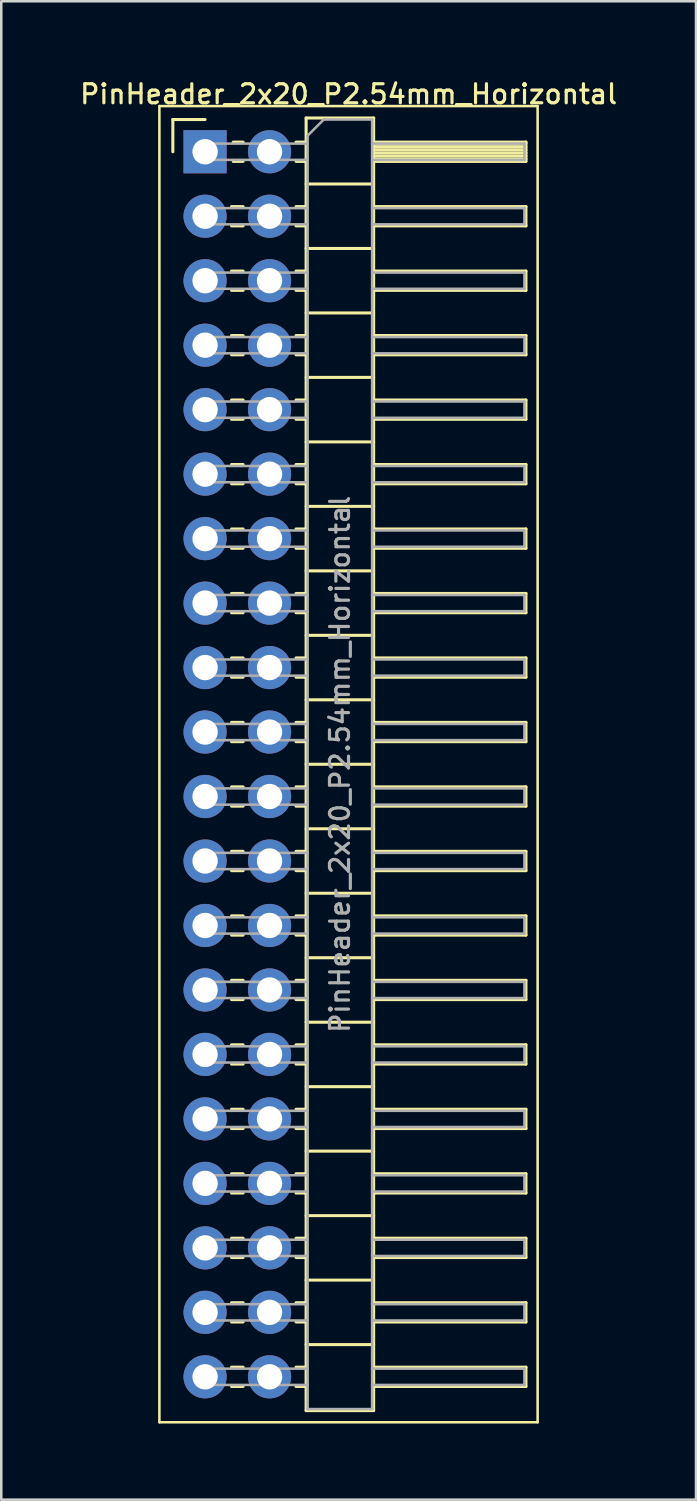
<source format=kicad_pcb>
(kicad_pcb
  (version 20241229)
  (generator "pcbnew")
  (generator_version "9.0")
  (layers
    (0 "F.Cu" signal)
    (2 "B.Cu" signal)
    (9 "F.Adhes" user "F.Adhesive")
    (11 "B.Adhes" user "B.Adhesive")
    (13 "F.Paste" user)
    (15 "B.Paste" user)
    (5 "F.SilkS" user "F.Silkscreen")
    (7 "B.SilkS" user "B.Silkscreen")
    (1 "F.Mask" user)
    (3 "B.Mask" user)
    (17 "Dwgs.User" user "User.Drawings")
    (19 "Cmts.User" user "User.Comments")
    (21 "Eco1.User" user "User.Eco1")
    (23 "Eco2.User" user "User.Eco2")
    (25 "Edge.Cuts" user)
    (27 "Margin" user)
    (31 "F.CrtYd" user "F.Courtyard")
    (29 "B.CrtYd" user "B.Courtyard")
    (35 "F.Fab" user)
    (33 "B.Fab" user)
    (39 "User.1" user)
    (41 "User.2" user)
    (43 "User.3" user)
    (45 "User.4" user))
  (footprint "PinHeader_2x20_P2.54mm_Horizontal"
    (layer "F.Cu")
    (at 5.029 2.928)
    (property "Reference" "PinHeader_2x20_P2.54mm_Horizontal" (at 5.655 -2.27 0) (layer "F.SilkS") (effects (font (size 0.75 0.75) (thickness 0.125))))
    (attr through_hole)
    (fp_line (start -1.8 -1.8) (end -1.8 50.05) (stroke (width 0.1) (type solid)) (layer "F.SilkS"))
    (fp_line (start -1.8 50.05) (end 13.1 50.05) (stroke (width 0.1) (type solid)) (layer "F.SilkS"))
    (fp_line (start -1.27 -1.27) (end 0 -1.27) (stroke (width 0.12) (type solid)) (layer "F.SilkS"))
    (fp_line (start -1.27 0) (end -1.27 -1.27) (stroke (width 0.12) (type solid)) (layer "F.SilkS"))
    (fp_line (start 1.043 2.16) (end 1.497 2.16) (stroke (width 0.12) (type solid)) (layer "F.SilkS"))
    (fp_line (start 1.043 2.92) (end 1.497 2.92) (stroke (width 0.12) (type solid)) (layer "F.SilkS"))
    (fp_line (start 1.043 4.7) (end 1.497 4.7) (stroke (width 0.12) (type solid)) (layer "F.SilkS"))
    (fp_line (start 1.043 5.46) (end 1.497 5.46) (stroke (width 0.12) (type solid)) (layer "F.SilkS"))
    (fp_line (start 1.043 7.24) (end 1.497 7.24) (stroke (width 0.12) (type solid)) (layer "F.SilkS"))
    (fp_line (start 1.043 8) (end 1.497 8) (stroke (width 0.12) (type solid)) (layer "F.SilkS"))
    (fp_line (start 1.043 9.78) (end 1.497 9.78) (stroke (width 0.12) (type solid)) (layer "F.SilkS"))
    (fp_line (start 1.043 10.54) (end 1.497 10.54) (stroke (width 0.12) (type solid)) (layer "F.SilkS"))
    (fp_line (start 1.043 12.32) (end 1.497 12.32) (stroke (width 0.12) (type solid)) (layer "F.SilkS"))
    (fp_line (start 1.043 13.08) (end 1.497 13.08) (stroke (width 0.12) (type solid)) (layer "F.SilkS"))
    (fp_line (start 1.043 14.86) (end 1.497 14.86) (stroke (width 0.12) (type solid)) (layer "F.SilkS"))
    (fp_line (start 1.043 15.62) (end 1.497 15.62) (stroke (width 0.12) (type solid)) (layer "F.SilkS"))
    (fp_line (start 1.043 17.4) (end 1.497 17.4) (stroke (width 0.12) (type solid)) (layer "F.SilkS"))
    (fp_line (start 1.043 18.16) (end 1.497 18.16) (stroke (width 0.12) (type solid)) (layer "F.SilkS"))
    (fp_line (start 1.043 19.94) (end 1.497 19.94) (stroke (width 0.12) (type solid)) (layer "F.SilkS"))
    (fp_line (start 1.043 20.7) (end 1.497 20.7) (stroke (width 0.12) (type solid)) (layer "F.SilkS"))
    (fp_line (start 1.043 22.48) (end 1.497 22.48) (stroke (width 0.12) (type solid)) (layer "F.SilkS"))
    (fp_line (start 1.043 23.24) (end 1.497 23.24) (stroke (width 0.12) (type solid)) (layer "F.SilkS"))
    (fp_line (start 1.043 25.02) (end 1.497 25.02) (stroke (width 0.12) (type solid)) (layer "F.SilkS"))
    (fp_line (start 1.043 25.78) (end 1.497 25.78) (stroke (width 0.12) (type solid)) (layer "F.SilkS"))
    (fp_line (start 1.043 27.56) (end 1.497 27.56) (stroke (width 0.12) (type solid)) (layer "F.SilkS"))
    (fp_line (start 1.043 28.32) (end 1.497 28.32) (stroke (width 0.12) (type solid)) (layer "F.SilkS"))
    (fp_line (start 1.043 30.1) (end 1.497 30.1) (stroke (width 0.12) (type solid)) (layer "F.SilkS"))
    (fp_line (start 1.043 30.86) (end 1.497 30.86) (stroke (width 0.12) (type solid)) (layer "F.SilkS"))
    (fp_line (start 1.043 32.64) (end 1.497 32.64) (stroke (width 0.12) (type solid)) (layer "F.SilkS"))
    (fp_line (start 1.043 33.4) (end 1.497 33.4) (stroke (width 0.12) (type solid)) (layer "F.SilkS"))
    (fp_line (start 1.043 35.18) (end 1.497 35.18) (stroke (width 0.12) (type solid)) (layer "F.SilkS"))
    (fp_line (start 1.043 35.94) (end 1.497 35.94) (stroke (width 0.12) (type solid)) (layer "F.SilkS"))
    (fp_line (start 1.043 37.72) (end 1.497 37.72) (stroke (width 0.12) (type solid)) (layer "F.SilkS"))
    (fp_line (start 1.043 38.48) (end 1.497 38.48) (stroke (width 0.12) (type solid)) (layer "F.SilkS"))
    (fp_line (start 1.043 40.26) (end 1.497 40.26) (stroke (width 0.12) (type solid)) (layer "F.SilkS"))
    (fp_line (start 1.043 41.02) (end 1.497 41.02) (stroke (width 0.12) (type solid)) (layer "F.SilkS"))
    (fp_line (start 1.043 42.8) (end 1.497 42.8) (stroke (width 0.12) (type solid)) (layer "F.SilkS"))
    (fp_line (start 1.043 43.56) (end 1.497 43.56) (stroke (width 0.12) (type solid)) (layer "F.SilkS"))
    (fp_line (start 1.043 45.34) (end 1.497 45.34) (stroke (width 0.12) (type solid)) (layer "F.SilkS"))
    (fp_line (start 1.043 46.1) (end 1.497 46.1) (stroke (width 0.12) (type solid)) (layer "F.SilkS"))
    (fp_line (start 1.043 47.88) (end 1.497 47.88) (stroke (width 0.12) (type solid)) (layer "F.SilkS"))
    (fp_line (start 1.043 48.64) (end 1.497 48.64) (stroke (width 0.12) (type solid)) (layer "F.SilkS"))
    (fp_line (start 1.11 -0.38) (end 1.497 -0.38) (stroke (width 0.12) (type solid)) (layer "F.SilkS"))
    (fp_line (start 1.11 0.38) (end 1.497 0.38) (stroke (width 0.12) (type solid)) (layer "F.SilkS"))
    (fp_line (start 3.583 -0.38) (end 3.98 -0.38) (stroke (width 0.12) (type solid)) (layer "F.SilkS"))
    (fp_line (start 3.583 0.38) (end 3.98 0.38) (stroke (width 0.12) (type solid)) (layer "F.SilkS"))
    (fp_line (start 3.583 2.16) (end 3.98 2.16) (stroke (width 0.12) (type solid)) (layer "F.SilkS"))
    (fp_line (start 3.583 2.92) (end 3.98 2.92) (stroke (width 0.12) (type solid)) (layer "F.SilkS"))
    (fp_line (start 3.583 4.7) (end 3.98 4.7) (stroke (width 0.12) (type solid)) (layer "F.SilkS"))
    (fp_line (start 3.583 5.46) (end 3.98 5.46) (stroke (width 0.12) (type solid)) (layer "F.SilkS"))
    (fp_line (start 3.583 7.24) (end 3.98 7.24) (stroke (width 0.12) (type solid)) (layer "F.SilkS"))
    (fp_line (start 3.583 8) (end 3.98 8) (stroke (width 0.12) (type solid)) (layer "F.SilkS"))
    (fp_line (start 3.583 9.78) (end 3.98 9.78) (stroke (width 0.12) (type solid)) (layer "F.SilkS"))
    (fp_line (start 3.583 10.54) (end 3.98 10.54) (stroke (width 0.12) (type solid)) (layer "F.SilkS"))
    (fp_line (start 3.583 12.32) (end 3.98 12.32) (stroke (width 0.12) (type solid)) (layer "F.SilkS"))
    (fp_line (start 3.583 13.08) (end 3.98 13.08) (stroke (width 0.12) (type solid)) (layer "F.SilkS"))
    (fp_line (start 3.583 14.86) (end 3.98 14.86) (stroke (width 0.12) (type solid)) (layer "F.SilkS"))
    (fp_line (start 3.583 15.62) (end 3.98 15.62) (stroke (width 0.12) (type solid)) (layer "F.SilkS"))
    (fp_line (start 3.583 17.4) (end 3.98 17.4) (stroke (width 0.12) (type solid)) (layer "F.SilkS"))
    (fp_line (start 3.583 18.16) (end 3.98 18.16) (stroke (width 0.12) (type solid)) (layer "F.SilkS"))
    (fp_line (start 3.583 19.94) (end 3.98 19.94) (stroke (width 0.12) (type solid)) (layer "F.SilkS"))
    (fp_line (start 3.583 20.7) (end 3.98 20.7) (stroke (width 0.12) (type solid)) (layer "F.SilkS"))
    (fp_line (start 3.583 22.48) (end 3.98 22.48) (stroke (width 0.12) (type solid)) (layer "F.SilkS"))
    (fp_line (start 3.583 23.24) (end 3.98 23.24) (stroke (width 0.12) (type solid)) (layer "F.SilkS"))
    (fp_line (start 3.583 25.02) (end 3.98 25.02) (stroke (width 0.12) (type solid)) (layer "F.SilkS"))
    (fp_line (start 3.583 25.78) (end 3.98 25.78) (stroke (width 0.12) (type solid)) (layer "F.SilkS"))
    (fp_line (start 3.583 27.56) (end 3.98 27.56) (stroke (width 0.12) (type solid)) (layer "F.SilkS"))
    (fp_line (start 3.583 28.32) (end 3.98 28.32) (stroke (width 0.12) (type solid)) (layer "F.SilkS"))
    (fp_line (start 3.583 30.1) (end 3.98 30.1) (stroke (width 0.12) (type solid)) (layer "F.SilkS"))
    (fp_line (start 3.583 30.86) (end 3.98 30.86) (stroke (width 0.12) (type solid)) (layer "F.SilkS"))
    (fp_line (start 3.583 32.64) (end 3.98 32.64) (stroke (width 0.12) (type solid)) (layer "F.SilkS"))
    (fp_line (start 3.583 33.4) (end 3.98 33.4) (stroke (width 0.12) (type solid)) (layer "F.SilkS"))
    (fp_line (start 3.583 35.18) (end 3.98 35.18) (stroke (width 0.12) (type solid)) (layer "F.SilkS"))
    (fp_line (start 3.583 35.94) (end 3.98 35.94) (stroke (width 0.12) (type solid)) (layer "F.SilkS"))
    (fp_line (start 3.583 37.72) (end 3.98 37.72) (stroke (width 0.12) (type solid)) (layer "F.SilkS"))
    (fp_line (start 3.583 38.48) (end 3.98 38.48) (stroke (width 0.12) (type solid)) (layer "F.SilkS"))
    (fp_line (start 3.583 40.26) (end 3.98 40.26) (stroke (width 0.12) (type solid)) (layer "F.SilkS"))
    (fp_line (start 3.583 41.02) (end 3.98 41.02) (stroke (width 0.12) (type solid)) (layer "F.SilkS"))
    (fp_line (start 3.583 42.8) (end 3.98 42.8) (stroke (width 0.12) (type solid)) (layer "F.SilkS"))
    (fp_line (start 3.583 43.56) (end 3.98 43.56) (stroke (width 0.12) (type solid)) (layer "F.SilkS"))
    (fp_line (start 3.583 45.34) (end 3.98 45.34) (stroke (width 0.12) (type solid)) (layer "F.SilkS"))
    (fp_line (start 3.583 46.1) (end 3.98 46.1) (stroke (width 0.12) (type solid)) (layer "F.SilkS"))
    (fp_line (start 3.583 47.88) (end 3.98 47.88) (stroke (width 0.12) (type solid)) (layer "F.SilkS"))
    (fp_line (start 3.583 48.64) (end 3.98 48.64) (stroke (width 0.12) (type solid)) (layer "F.SilkS"))
    (fp_line (start 3.98 -1.33) (end 3.98 49.59) (stroke (width 0.12) (type solid)) (layer "F.SilkS"))
    (fp_line (start 3.98 1.27) (end 6.64 1.27) (stroke (width 0.12) (type solid)) (layer "F.SilkS"))
    (fp_line (start 3.98 3.81) (end 6.64 3.81) (stroke (width 0.12) (type solid)) (layer "F.SilkS"))
    (fp_line (start 3.98 6.35) (end 6.64 6.35) (stroke (width 0.12) (type solid)) (layer "F.SilkS"))
    (fp_line (start 3.98 8.89) (end 6.64 8.89) (stroke (width 0.12) (type solid)) (layer "F.SilkS"))
    (fp_line (start 3.98 11.43) (end 6.64 11.43) (stroke (width 0.12) (type solid)) (layer "F.SilkS"))
    (fp_line (start 3.98 13.97) (end 6.64 13.97) (stroke (width 0.12) (type solid)) (layer "F.SilkS"))
    (fp_line (start 3.98 16.51) (end 6.64 16.51) (stroke (width 0.12) (type solid)) (layer "F.SilkS"))
    (fp_line (start 3.98 19.05) (end 6.64 19.05) (stroke (width 0.12) (type solid)) (layer "F.SilkS"))
    (fp_line (start 3.98 21.59) (end 6.64 21.59) (stroke (width 0.12) (type solid)) (layer "F.SilkS"))
    (fp_line (start 3.98 24.13) (end 6.64 24.13) (stroke (width 0.12) (type solid)) (layer "F.SilkS"))
    (fp_line (start 3.98 26.67) (end 6.64 26.67) (stroke (width 0.12) (type solid)) (layer "F.SilkS"))
    (fp_line (start 3.98 29.21) (end 6.64 29.21) (stroke (width 0.12) (type solid)) (layer "F.SilkS"))
    (fp_line (start 3.98 31.75) (end 6.64 31.75) (stroke (width 0.12) (type solid)) (layer "F.SilkS"))
    (fp_line (start 3.98 34.29) (end 6.64 34.29) (stroke (width 0.12) (type solid)) (layer "F.SilkS"))
    (fp_line (start 3.98 36.83) (end 6.64 36.83) (stroke (width 0.12) (type solid)) (layer "F.SilkS"))
    (fp_line (start 3.98 39.37) (end 6.64 39.37) (stroke (width 0.12) (type solid)) (layer "F.SilkS"))
    (fp_line (start 3.98 41.91) (end 6.64 41.91) (stroke (width 0.12) (type solid)) (layer "F.SilkS"))
    (fp_line (start 3.98 44.45) (end 6.64 44.45) (stroke (width 0.12) (type solid)) (layer "F.SilkS"))
    (fp_line (start 3.98 46.99) (end 6.64 46.99) (stroke (width 0.12) (type solid)) (layer "F.SilkS"))
    (fp_line (start 3.98 49.59) (end 6.64 49.59) (stroke (width 0.12) (type solid)) (layer "F.SilkS"))
    (fp_line (start 6.64 -1.33) (end 3.98 -1.33) (stroke (width 0.12) (type solid)) (layer "F.SilkS"))
    (fp_line (start 6.64 -0.38) (end 12.64 -0.38) (stroke (width 0.12) (type solid)) (layer "F.SilkS"))
    (fp_line (start 6.64 -0.32) (end 12.64 -0.32) (stroke (width 0.12) (type solid)) (layer "F.SilkS"))
    (fp_line (start 6.64 -0.2) (end 12.64 -0.2) (stroke (width 0.12) (type solid)) (layer "F.SilkS"))
    (fp_line (start 6.64 -0.08) (end 12.64 -0.08) (stroke (width 0.12) (type solid)) (layer "F.SilkS"))
    (fp_line (start 6.64 0.04) (end 12.64 0.04) (stroke (width 0.12) (type solid)) (layer "F.SilkS"))
    (fp_line (start 6.64 0.16) (end 12.64 0.16) (stroke (width 0.12) (type solid)) (layer "F.SilkS"))
    (fp_line (start 6.64 0.28) (end 12.64 0.28) (stroke (width 0.12) (type solid)) (layer "F.SilkS"))
    (fp_line (start 6.64 2.16) (end 12.64 2.16) (stroke (width 0.12) (type solid)) (layer "F.SilkS"))
    (fp_line (start 6.64 4.7) (end 12.64 4.7) (stroke (width 0.12) (type solid)) (layer "F.SilkS"))
    (fp_line (start 6.64 7.24) (end 12.64 7.24) (stroke (width 0.12) (type solid)) (layer "F.SilkS"))
    (fp_line (start 6.64 9.78) (end 12.64 9.78) (stroke (width 0.12) (type solid)) (layer "F.SilkS"))
    (fp_line (start 6.64 12.32) (end 12.64 12.32) (stroke (width 0.12) (type solid)) (layer "F.SilkS"))
    (fp_line (start 6.64 14.86) (end 12.64 14.86) (stroke (width 0.12) (type solid)) (layer "F.SilkS"))
    (fp_line (start 6.64 17.4) (end 12.64 17.4) (stroke (width 0.12) (type solid)) (layer "F.SilkS"))
    (fp_line (start 6.64 19.94) (end 12.64 19.94) (stroke (width 0.12) (type solid)) (layer "F.SilkS"))
    (fp_line (start 6.64 22.48) (end 12.64 22.48) (stroke (width 0.12) (type solid)) (layer "F.SilkS"))
    (fp_line (start 6.64 25.02) (end 12.64 25.02) (stroke (width 0.12) (type solid)) (layer "F.SilkS"))
    (fp_line (start 6.64 27.56) (end 12.64 27.56) (stroke (width 0.12) (type solid)) (layer "F.SilkS"))
    (fp_line (start 6.64 30.1) (end 12.64 30.1) (stroke (width 0.12) (type solid)) (layer "F.SilkS"))
    (fp_line (start 6.64 32.64) (end 12.64 32.64) (stroke (width 0.12) (type solid)) (layer "F.SilkS"))
    (fp_line (start 6.64 35.18) (end 12.64 35.18) (stroke (width 0.12) (type solid)) (layer "F.SilkS"))
    (fp_line (start 6.64 37.72) (end 12.64 37.72) (stroke (width 0.12) (type solid)) (layer "F.SilkS"))
    (fp_line (start 6.64 40.26) (end 12.64 40.26) (stroke (width 0.12) (type solid)) (layer "F.SilkS"))
    (fp_line (start 6.64 42.8) (end 12.64 42.8) (stroke (width 0.12) (type solid)) (layer "F.SilkS"))
    (fp_line (start 6.64 45.34) (end 12.64 45.34) (stroke (width 0.12) (type solid)) (layer "F.SilkS"))
    (fp_line (start 6.64 47.88) (end 12.64 47.88) (stroke (width 0.12) (type solid)) (layer "F.SilkS"))
    (fp_line (start 6.64 49.59) (end 6.64 -1.33) (stroke (width 0.12) (type solid)) (layer "F.SilkS"))
    (fp_line (start 12.64 -0.38) (end 12.64 0.38) (stroke (width 0.12) (type solid)) (layer "F.SilkS"))
    (fp_line (start 12.64 0.38) (end 6.64 0.38) (stroke (width 0.12) (type solid)) (layer "F.SilkS"))
    (fp_line (start 12.64 2.16) (end 12.64 2.92) (stroke (width 0.12) (type solid)) (layer "F.SilkS"))
    (fp_line (start 12.64 2.92) (end 6.64 2.92) (stroke (width 0.12) (type solid)) (layer "F.SilkS"))
    (fp_line (start 12.64 4.7) (end 12.64 5.46) (stroke (width 0.12) (type solid)) (layer "F.SilkS"))
    (fp_line (start 12.64 5.46) (end 6.64 5.46) (stroke (width 0.12) (type solid)) (layer "F.SilkS"))
    (fp_line (start 12.64 7.24) (end 12.64 8) (stroke (width 0.12) (type solid)) (layer "F.SilkS"))
    (fp_line (start 12.64 8) (end 6.64 8) (stroke (width 0.12) (type solid)) (layer "F.SilkS"))
    (fp_line (start 12.64 9.78) (end 12.64 10.54) (stroke (width 0.12) (type solid)) (layer "F.SilkS"))
    (fp_line (start 12.64 10.54) (end 6.64 10.54) (stroke (width 0.12) (type solid)) (layer "F.SilkS"))
    (fp_line (start 12.64 12.32) (end 12.64 13.08) (stroke (width 0.12) (type solid)) (layer "F.SilkS"))
    (fp_line (start 12.64 13.08) (end 6.64 13.08) (stroke (width 0.12) (type solid)) (layer "F.SilkS"))
    (fp_line (start 12.64 14.86) (end 12.64 15.62) (stroke (width 0.12) (type solid)) (layer "F.SilkS"))
    (fp_line (start 12.64 15.62) (end 6.64 15.62) (stroke (width 0.12) (type solid)) (layer "F.SilkS"))
    (fp_line (start 12.64 17.4) (end 12.64 18.16) (stroke (width 0.12) (type solid)) (layer "F.SilkS"))
    (fp_line (start 12.64 18.16) (end 6.64 18.16) (stroke (width 0.12) (type solid)) (layer "F.SilkS"))
    (fp_line (start 12.64 19.94) (end 12.64 20.7) (stroke (width 0.12) (type solid)) (layer "F.SilkS"))
    (fp_line (start 12.64 20.7) (end 6.64 20.7) (stroke (width 0.12) (type solid)) (layer "F.SilkS"))
    (fp_line (start 12.64 22.48) (end 12.64 23.24) (stroke (width 0.12) (type solid)) (layer "F.SilkS"))
    (fp_line (start 12.64 23.24) (end 6.64 23.24) (stroke (width 0.12) (type solid)) (layer "F.SilkS"))
    (fp_line (start 12.64 25.02) (end 12.64 25.78) (stroke (width 0.12) (type solid)) (layer "F.SilkS"))
    (fp_line (start 12.64 25.78) (end 6.64 25.78) (stroke (width 0.12) (type solid)) (layer "F.SilkS"))
    (fp_line (start 12.64 27.56) (end 12.64 28.32) (stroke (width 0.12) (type solid)) (layer "F.SilkS"))
    (fp_line (start 12.64 28.32) (end 6.64 28.32) (stroke (width 0.12) (type solid)) (layer "F.SilkS"))
    (fp_line (start 12.64 30.1) (end 12.64 30.86) (stroke (width 0.12) (type solid)) (layer "F.SilkS"))
    (fp_line (start 12.64 30.86) (end 6.64 30.86) (stroke (width 0.12) (type solid)) (layer "F.SilkS"))
    (fp_line (start 12.64 32.64) (end 12.64 33.4) (stroke (width 0.12) (type solid)) (layer "F.SilkS"))
    (fp_line (start 12.64 33.4) (end 6.64 33.4) (stroke (width 0.12) (type solid)) (layer "F.SilkS"))
    (fp_line (start 12.64 35.18) (end 12.64 35.94) (stroke (width 0.12) (type solid)) (layer "F.SilkS"))
    (fp_line (start 12.64 35.94) (end 6.64 35.94) (stroke (width 0.12) (type solid)) (layer "F.SilkS"))
    (fp_line (start 12.64 37.72) (end 12.64 38.48) (stroke (width 0.12) (type solid)) (layer "F.SilkS"))
    (fp_line (start 12.64 38.48) (end 6.64 38.48) (stroke (width 0.12) (type solid)) (layer "F.SilkS"))
    (fp_line (start 12.64 40.26) (end 12.64 41.02) (stroke (width 0.12) (type solid)) (layer "F.SilkS"))
    (fp_line (start 12.64 41.02) (end 6.64 41.02) (stroke (width 0.12) (type solid)) (layer "F.SilkS"))
    (fp_line (start 12.64 42.8) (end 12.64 43.56) (stroke (width 0.12) (type solid)) (layer "F.SilkS"))
    (fp_line (start 12.64 43.56) (end 6.64 43.56) (stroke (width 0.12) (type solid)) (layer "F.SilkS"))
    (fp_line (start 12.64 45.34) (end 12.64 46.1) (stroke (width 0.12) (type solid)) (layer "F.SilkS"))
    (fp_line (start 12.64 46.1) (end 6.64 46.1) (stroke (width 0.12) (type solid)) (layer "F.SilkS"))
    (fp_line (start 12.64 47.88) (end 12.64 48.64) (stroke (width 0.12) (type solid)) (layer "F.SilkS"))
    (fp_line (start 12.64 48.64) (end 6.64 48.64) (stroke (width 0.12) (type solid)) (layer "F.SilkS"))
    (fp_line (start 13.1 -1.8) (end -1.8 -1.8) (stroke (width 0.1) (type solid)) (layer "F.SilkS"))
    (fp_line (start 13.1 50.05) (end 13.1 -1.8) (stroke (width 0.1) (type solid)) (layer "F.SilkS"))
    (fp_line (start -0.32 -0.32) (end -0.32 0.32) (stroke (width 0.1) (type solid)) (layer "F.Fab"))
    (fp_line (start -0.32 -0.32) (end 4.04 -0.32) (stroke (width 0.1) (type solid)) (layer "F.Fab"))
    (fp_line (start -0.32 0.32) (end 4.04 0.32) (stroke (width 0.1) (type solid)) (layer "F.Fab"))
    (fp_line (start -0.32 2.22) (end -0.32 2.86) (stroke (width 0.1) (type solid)) (layer "F.Fab"))
    (fp_line (start -0.32 2.22) (end 4.04 2.22) (stroke (width 0.1) (type solid)) (layer "F.Fab"))
    (fp_line (start -0.32 2.86) (end 4.04 2.86) (stroke (width 0.1) (type solid)) (layer "F.Fab"))
    (fp_line (start -0.32 4.76) (end -0.32 5.4) (stroke (width 0.1) (type solid)) (layer "F.Fab"))
    (fp_line (start -0.32 4.76) (end 4.04 4.76) (stroke (width 0.1) (type solid)) (layer "F.Fab"))
    (fp_line (start -0.32 5.4) (end 4.04 5.4) (stroke (width 0.1) (type solid)) (layer "F.Fab"))
    (fp_line (start -0.32 7.3) (end -0.32 7.94) (stroke (width 0.1) (type solid)) (layer "F.Fab"))
    (fp_line (start -0.32 7.3) (end 4.04 7.3) (stroke (width 0.1) (type solid)) (layer "F.Fab"))
    (fp_line (start -0.32 7.94) (end 4.04 7.94) (stroke (width 0.1) (type solid)) (layer "F.Fab"))
    (fp_line (start -0.32 9.84) (end -0.32 10.48) (stroke (width 0.1) (type solid)) (layer "F.Fab"))
    (fp_line (start -0.32 9.84) (end 4.04 9.84) (stroke (width 0.1) (type solid)) (layer "F.Fab"))
    (fp_line (start -0.32 10.48) (end 4.04 10.48) (stroke (width 0.1) (type solid)) (layer "F.Fab"))
    (fp_line (start -0.32 12.38) (end -0.32 13.02) (stroke (width 0.1) (type solid)) (layer "F.Fab"))
    (fp_line (start -0.32 12.38) (end 4.04 12.38) (stroke (width 0.1) (type solid)) (layer "F.Fab"))
    (fp_line (start -0.32 13.02) (end 4.04 13.02) (stroke (width 0.1) (type solid)) (layer "F.Fab"))
    (fp_line (start -0.32 14.92) (end -0.32 15.56) (stroke (width 0.1) (type solid)) (layer "F.Fab"))
    (fp_line (start -0.32 14.92) (end 4.04 14.92) (stroke (width 0.1) (type solid)) (layer "F.Fab"))
    (fp_line (start -0.32 15.56) (end 4.04 15.56) (stroke (width 0.1) (type solid)) (layer "F.Fab"))
    (fp_line (start -0.32 17.46) (end -0.32 18.1) (stroke (width 0.1) (type solid)) (layer "F.Fab"))
    (fp_line (start -0.32 17.46) (end 4.04 17.46) (stroke (width 0.1) (type solid)) (layer "F.Fab"))
    (fp_line (start -0.32 18.1) (end 4.04 18.1) (stroke (width 0.1) (type solid)) (layer "F.Fab"))
    (fp_line (start -0.32 20) (end -0.32 20.64) (stroke (width 0.1) (type solid)) (layer "F.Fab"))
    (fp_line (start -0.32 20) (end 4.04 20) (stroke (width 0.1) (type solid)) (layer "F.Fab"))
    (fp_line (start -0.32 20.64) (end 4.04 20.64) (stroke (width 0.1) (type solid)) (layer "F.Fab"))
    (fp_line (start -0.32 22.54) (end -0.32 23.18) (stroke (width 0.1) (type solid)) (layer "F.Fab"))
    (fp_line (start -0.32 22.54) (end 4.04 22.54) (stroke (width 0.1) (type solid)) (layer "F.Fab"))
    (fp_line (start -0.32 23.18) (end 4.04 23.18) (stroke (width 0.1) (type solid)) (layer "F.Fab"))
    (fp_line (start -0.32 25.08) (end -0.32 25.72) (stroke (width 0.1) (type solid)) (layer "F.Fab"))
    (fp_line (start -0.32 25.08) (end 4.04 25.08) (stroke (width 0.1) (type solid)) (layer "F.Fab"))
    (fp_line (start -0.32 25.72) (end 4.04 25.72) (stroke (width 0.1) (type solid)) (layer "F.Fab"))
    (fp_line (start -0.32 27.62) (end -0.32 28.26) (stroke (width 0.1) (type solid)) (layer "F.Fab"))
    (fp_line (start -0.32 27.62) (end 4.04 27.62) (stroke (width 0.1) (type solid)) (layer "F.Fab"))
    (fp_line (start -0.32 28.26) (end 4.04 28.26) (stroke (width 0.1) (type solid)) (layer "F.Fab"))
    (fp_line (start -0.32 30.16) (end -0.32 30.8) (stroke (width 0.1) (type solid)) (layer "F.Fab"))
    (fp_line (start -0.32 30.16) (end 4.04 30.16) (stroke (width 0.1) (type solid)) (layer "F.Fab"))
    (fp_line (start -0.32 30.8) (end 4.04 30.8) (stroke (width 0.1) (type solid)) (layer "F.Fab"))
    (fp_line (start -0.32 32.7) (end -0.32 33.34) (stroke (width 0.1) (type solid)) (layer "F.Fab"))
    (fp_line (start -0.32 32.7) (end 4.04 32.7) (stroke (width 0.1) (type solid)) (layer "F.Fab"))
    (fp_line (start -0.32 33.34) (end 4.04 33.34) (stroke (width 0.1) (type solid)) (layer "F.Fab"))
    (fp_line (start -0.32 35.24) (end -0.32 35.88) (stroke (width 0.1) (type solid)) (layer "F.Fab"))
    (fp_line (start -0.32 35.24) (end 4.04 35.24) (stroke (width 0.1) (type solid)) (layer "F.Fab"))
    (fp_line (start -0.32 35.88) (end 4.04 35.88) (stroke (width 0.1) (type solid)) (layer "F.Fab"))
    (fp_line (start -0.32 37.78) (end -0.32 38.42) (stroke (width 0.1) (type solid)) (layer "F.Fab"))
    (fp_line (start -0.32 37.78) (end 4.04 37.78) (stroke (width 0.1) (type solid)) (layer "F.Fab"))
    (fp_line (start -0.32 38.42) (end 4.04 38.42) (stroke (width 0.1) (type solid)) (layer "F.Fab"))
    (fp_line (start -0.32 40.32) (end -0.32 40.96) (stroke (width 0.1) (type solid)) (layer "F.Fab"))
    (fp_line (start -0.32 40.32) (end 4.04 40.32) (stroke (width 0.1) (type solid)) (layer "F.Fab"))
    (fp_line (start -0.32 40.96) (end 4.04 40.96) (stroke (width 0.1) (type solid)) (layer "F.Fab"))
    (fp_line (start -0.32 42.86) (end -0.32 43.5) (stroke (width 0.1) (type solid)) (layer "F.Fab"))
    (fp_line (start -0.32 42.86) (end 4.04 42.86) (stroke (width 0.1) (type solid)) (layer "F.Fab"))
    (fp_line (start -0.32 43.5) (end 4.04 43.5) (stroke (width 0.1) (type solid)) (layer "F.Fab"))
    (fp_line (start -0.32 45.4) (end -0.32 46.04) (stroke (width 0.1) (type solid)) (layer "F.Fab"))
    (fp_line (start -0.32 45.4) (end 4.04 45.4) (stroke (width 0.1) (type solid)) (layer "F.Fab"))
    (fp_line (start -0.32 46.04) (end 4.04 46.04) (stroke (width 0.1) (type solid)) (layer "F.Fab"))
    (fp_line (start -0.32 47.94) (end -0.32 48.58) (stroke (width 0.1) (type solid)) (layer "F.Fab"))
    (fp_line (start -0.32 47.94) (end 4.04 47.94) (stroke (width 0.1) (type solid)) (layer "F.Fab"))
    (fp_line (start -0.32 48.58) (end 4.04 48.58) (stroke (width 0.1) (type solid)) (layer "F.Fab"))
    (fp_line (start 4.04 -0.635) (end 4.675 -1.27) (stroke (width 0.1) (type solid)) (layer "F.Fab"))
    (fp_line (start 4.04 49.53) (end 4.04 -0.635) (stroke (width 0.1) (type solid)) (layer "F.Fab"))
    (fp_line (start 4.675 -1.27) (end 6.58 -1.27) (stroke (width 0.1) (type solid)) (layer "F.Fab"))
    (fp_line (start 6.58 -1.27) (end 6.58 49.53) (stroke (width 0.1) (type solid)) (layer "F.Fab"))
    (fp_line (start 6.58 -0.32) (end 12.58 -0.32) (stroke (width 0.1) (type solid)) (layer "F.Fab"))
    (fp_line (start 6.58 0.32) (end 12.58 0.32) (stroke (width 0.1) (type solid)) (layer "F.Fab"))
    (fp_line (start 6.58 2.22) (end 12.58 2.22) (stroke (width 0.1) (type solid)) (layer "F.Fab"))
    (fp_line (start 6.58 2.86) (end 12.58 2.86) (stroke (width 0.1) (type solid)) (layer "F.Fab"))
    (fp_line (start 6.58 4.76) (end 12.58 4.76) (stroke (width 0.1) (type solid)) (layer "F.Fab"))
    (fp_line (start 6.58 5.4) (end 12.58 5.4) (stroke (width 0.1) (type solid)) (layer "F.Fab"))
    (fp_line (start 6.58 7.3) (end 12.58 7.3) (stroke (width 0.1) (type solid)) (layer "F.Fab"))
    (fp_line (start 6.58 7.94) (end 12.58 7.94) (stroke (width 0.1) (type solid)) (layer "F.Fab"))
    (fp_line (start 6.58 9.84) (end 12.58 9.84) (stroke (width 0.1) (type solid)) (layer "F.Fab"))
    (fp_line (start 6.58 10.48) (end 12.58 10.48) (stroke (width 0.1) (type solid)) (layer "F.Fab"))
    (fp_line (start 6.58 12.38) (end 12.58 12.38) (stroke (width 0.1) (type solid)) (layer "F.Fab"))
    (fp_line (start 6.58 13.02) (end 12.58 13.02) (stroke (width 0.1) (type solid)) (layer "F.Fab"))
    (fp_line (start 6.58 14.92) (end 12.58 14.92) (stroke (width 0.1) (type solid)) (layer "F.Fab"))
    (fp_line (start 6.58 15.56) (end 12.58 15.56) (stroke (width 0.1) (type solid)) (layer "F.Fab"))
    (fp_line (start 6.58 17.46) (end 12.58 17.46) (stroke (width 0.1) (type solid)) (layer "F.Fab"))
    (fp_line (start 6.58 18.1) (end 12.58 18.1) (stroke (width 0.1) (type solid)) (layer "F.Fab"))
    (fp_line (start 6.58 20) (end 12.58 20) (stroke (width 0.1) (type solid)) (layer "F.Fab"))
    (fp_line (start 6.58 20.64) (end 12.58 20.64) (stroke (width 0.1) (type solid)) (layer "F.Fab"))
    (fp_line (start 6.58 22.54) (end 12.58 22.54) (stroke (width 0.1) (type solid)) (layer "F.Fab"))
    (fp_line (start 6.58 23.18) (end 12.58 23.18) (stroke (width 0.1) (type solid)) (layer "F.Fab"))
    (fp_line (start 6.58 25.08) (end 12.58 25.08) (stroke (width 0.1) (type solid)) (layer "F.Fab"))
    (fp_line (start 6.58 25.72) (end 12.58 25.72) (stroke (width 0.1) (type solid)) (layer "F.Fab"))
    (fp_line (start 6.58 27.62) (end 12.58 27.62) (stroke (width 0.1) (type solid)) (layer "F.Fab"))
    (fp_line (start 6.58 28.26) (end 12.58 28.26) (stroke (width 0.1) (type solid)) (layer "F.Fab"))
    (fp_line (start 6.58 30.16) (end 12.58 30.16) (stroke (width 0.1) (type solid)) (layer "F.Fab"))
    (fp_line (start 6.58 30.8) (end 12.58 30.8) (stroke (width 0.1) (type solid)) (layer "F.Fab"))
    (fp_line (start 6.58 32.7) (end 12.58 32.7) (stroke (width 0.1) (type solid)) (layer "F.Fab"))
    (fp_line (start 6.58 33.34) (end 12.58 33.34) (stroke (width 0.1) (type solid)) (layer "F.Fab"))
    (fp_line (start 6.58 35.24) (end 12.58 35.24) (stroke (width 0.1) (type solid)) (layer "F.Fab"))
    (fp_line (start 6.58 35.88) (end 12.58 35.88) (stroke (width 0.1) (type solid)) (layer "F.Fab"))
    (fp_line (start 6.58 37.78) (end 12.58 37.78) (stroke (width 0.1) (type solid)) (layer "F.Fab"))
    (fp_line (start 6.58 38.42) (end 12.58 38.42) (stroke (width 0.1) (type solid)) (layer "F.Fab"))
    (fp_line (start 6.58 40.32) (end 12.58 40.32) (stroke (width 0.1) (type solid)) (layer "F.Fab"))
    (fp_line (start 6.58 40.96) (end 12.58 40.96) (stroke (width 0.1) (type solid)) (layer "F.Fab"))
    (fp_line (start 6.58 42.86) (end 12.58 42.86) (stroke (width 0.1) (type solid)) (layer "F.Fab"))
    (fp_line (start 6.58 43.5) (end 12.58 43.5) (stroke (width 0.1) (type solid)) (layer "F.Fab"))
    (fp_line (start 6.58 45.4) (end 12.58 45.4) (stroke (width 0.1) (type solid)) (layer "F.Fab"))
    (fp_line (start 6.58 46.04) (end 12.58 46.04) (stroke (width 0.1) (type solid)) (layer "F.Fab"))
    (fp_line (start 6.58 47.94) (end 12.58 47.94) (stroke (width 0.1) (type solid)) (layer "F.Fab"))
    (fp_line (start 6.58 48.58) (end 12.58 48.58) (stroke (width 0.1) (type solid)) (layer "F.Fab"))
    (fp_line (start 6.58 49.53) (end 4.04 49.53) (stroke (width 0.1) (type solid)) (layer "F.Fab"))
    (fp_line (start 12.58 -0.32) (end 12.58 0.32) (stroke (width 0.1) (type solid)) (layer "F.Fab"))
    (fp_line (start 12.58 2.22) (end 12.58 2.86) (stroke (width 0.1) (type solid)) (layer "F.Fab"))
    (fp_line (start 12.58 4.76) (end 12.58 5.4) (stroke (width 0.1) (type solid)) (layer "F.Fab"))
    (fp_line (start 12.58 7.3) (end 12.58 7.94) (stroke (width 0.1) (type solid)) (layer "F.Fab"))
    (fp_line (start 12.58 9.84) (end 12.58 10.48) (stroke (width 0.1) (type solid)) (layer "F.Fab"))
    (fp_line (start 12.58 12.38) (end 12.58 13.02) (stroke (width 0.1) (type solid)) (layer "F.Fab"))
    (fp_line (start 12.58 14.92) (end 12.58 15.56) (stroke (width 0.1) (type solid)) (layer "F.Fab"))
    (fp_line (start 12.58 17.46) (end 12.58 18.1) (stroke (width 0.1) (type solid)) (layer "F.Fab"))
    (fp_line (start 12.58 20) (end 12.58 20.64) (stroke (width 0.1) (type solid)) (layer "F.Fab"))
    (fp_line (start 12.58 22.54) (end 12.58 23.18) (stroke (width 0.1) (type solid)) (layer "F.Fab"))
    (fp_line (start 12.58 25.08) (end 12.58 25.72) (stroke (width 0.1) (type solid)) (layer "F.Fab"))
    (fp_line (start 12.58 27.62) (end 12.58 28.26) (stroke (width 0.1) (type solid)) (layer "F.Fab"))
    (fp_line (start 12.58 30.16) (end 12.58 30.8) (stroke (width 0.1) (type solid)) (layer "F.Fab"))
    (fp_line (start 12.58 32.7) (end 12.58 33.34) (stroke (width 0.1) (type solid)) (layer "F.Fab"))
    (fp_line (start 12.58 35.24) (end 12.58 35.88) (stroke (width 0.1) (type solid)) (layer "F.Fab"))
    (fp_line (start 12.58 37.78) (end 12.58 38.42) (stroke (width 0.1) (type solid)) (layer "F.Fab"))
    (fp_line (start 12.58 40.32) (end 12.58 40.96) (stroke (width 0.1) (type solid)) (layer "F.Fab"))
    (fp_line (start 12.58 42.86) (end 12.58 43.5) (stroke (width 0.1) (type solid)) (layer "F.Fab"))
    (fp_line (start 12.58 45.4) (end 12.58 46.04) (stroke (width 0.1) (type solid)) (layer "F.Fab"))
    (fp_line (start 12.58 47.94) (end 12.58 48.58) (stroke (width 0.1) (type solid)) (layer "F.Fab"))
    (fp_text user "${REFERENCE}" (at 5.31 24.13 90) (layer "F.Fab") (effects (font (size 0.75 0.75) (thickness 0.125))))
    (pad "1" thru_hole rect (at 0 0) (size 1.7 1.7) (drill 1) (layers "*.Cu" "*.Mask"))
    (pad "2" thru_hole oval (at 2.54 0) (size 1.7 1.7) (drill 1) (layers "*.Cu" "*.Mask"))
    (pad "3" thru_hole oval (at 0 2.54) (size 1.7 1.7) (drill 1) (layers "*.Cu" "*.Mask"))
    (pad "4" thru_hole oval (at 2.54 2.54) (size 1.7 1.7) (drill 1) (layers "*.Cu" "*.Mask"))
    (pad "5" thru_hole oval (at 0 5.08) (size 1.7 1.7) (drill 1) (layers "*.Cu" "*.Mask"))
    (pad "6" thru_hole oval (at 2.54 5.08) (size 1.7 1.7) (drill 1) (layers "*.Cu" "*.Mask"))
    (pad "7" thru_hole oval (at 0 7.62) (size 1.7 1.7) (drill 1) (layers "*.Cu" "*.Mask"))
    (pad "8" thru_hole oval (at 2.54 7.62) (size 1.7 1.7) (drill 1) (layers "*.Cu" "*.Mask"))
    (pad "9" thru_hole oval (at 0 10.16) (size 1.7 1.7) (drill 1) (layers "*.Cu" "*.Mask"))
    (pad "10" thru_hole oval (at 2.54 10.16) (size 1.7 1.7) (drill 1) (layers "*.Cu" "*.Mask"))
    (pad "11" thru_hole oval (at 0 12.7) (size 1.7 1.7) (drill 1) (layers "*.Cu" "*.Mask"))
    (pad "12" thru_hole oval (at 2.54 12.7) (size 1.7 1.7) (drill 1) (layers "*.Cu" "*.Mask"))
    (pad "13" thru_hole oval (at 0 15.24) (size 1.7 1.7) (drill 1) (layers "*.Cu" "*.Mask"))
    (pad "14" thru_hole oval (at 2.54 15.24) (size 1.7 1.7) (drill 1) (layers "*.Cu" "*.Mask"))
    (pad "15" thru_hole oval (at 0 17.78) (size 1.7 1.7) (drill 1) (layers "*.Cu" "*.Mask"))
    (pad "16" thru_hole oval (at 2.54 17.78) (size 1.7 1.7) (drill 1) (layers "*.Cu" "*.Mask"))
    (pad "17" thru_hole oval (at 0 20.32) (size 1.7 1.7) (drill 1) (layers "*.Cu" "*.Mask"))
    (pad "18" thru_hole oval (at 2.54 20.32) (size 1.7 1.7) (drill 1) (layers "*.Cu" "*.Mask"))
    (pad "19" thru_hole oval (at 0 22.86) (size 1.7 1.7) (drill 1) (layers "*.Cu" "*.Mask"))
    (pad "20" thru_hole oval (at 2.54 22.86) (size 1.7 1.7) (drill 1) (layers "*.Cu" "*.Mask"))
    (pad "21" thru_hole oval (at 0 25.4) (size 1.7 1.7) (drill 1) (layers "*.Cu" "*.Mask"))
    (pad "22" thru_hole oval (at 2.54 25.4) (size 1.7 1.7) (drill 1) (layers "*.Cu" "*.Mask"))
    (pad "23" thru_hole oval (at 0 27.94) (size 1.7 1.7) (drill 1) (layers "*.Cu" "*.Mask"))
    (pad "24" thru_hole oval (at 2.54 27.94) (size 1.7 1.7) (drill 1) (layers "*.Cu" "*.Mask"))
    (pad "25" thru_hole oval (at 0 30.48) (size 1.7 1.7) (drill 1) (layers "*.Cu" "*.Mask"))
    (pad "26" thru_hole oval (at 2.54 30.48) (size 1.7 1.7) (drill 1) (layers "*.Cu" "*.Mask"))
    (pad "27" thru_hole oval (at 0 33.02) (size 1.7 1.7) (drill 1) (layers "*.Cu" "*.Mask"))
    (pad "28" thru_hole oval (at 2.54 33.02) (size 1.7 1.7) (drill 1) (layers "*.Cu" "*.Mask"))
    (pad "29" thru_hole oval (at 0 35.56) (size 1.7 1.7) (drill 1) (layers "*.Cu" "*.Mask"))
    (pad "30" thru_hole oval (at 2.54 35.56) (size 1.7 1.7) (drill 1) (layers "*.Cu" "*.Mask"))
    (pad "31" thru_hole oval (at 0 38.1) (size 1.7 1.7) (drill 1) (layers "*.Cu" "*.Mask"))
    (pad "32" thru_hole oval (at 2.54 38.1) (size 1.7 1.7) (drill 1) (layers "*.Cu" "*.Mask"))
    (pad "33" thru_hole oval (at 0 40.64) (size 1.7 1.7) (drill 1) (layers "*.Cu" "*.Mask"))
    (pad "34" thru_hole oval (at 2.54 40.64) (size 1.7 1.7) (drill 1) (layers "*.Cu" "*.Mask"))
    (pad "35" thru_hole oval (at 0 43.18) (size 1.7 1.7) (drill 1) (layers "*.Cu" "*.Mask"))
    (pad "36" thru_hole oval (at 2.54 43.18) (size 1.7 1.7) (drill 1) (layers "*.Cu" "*.Mask"))
    (pad "37" thru_hole oval (at 0 45.72) (size 1.7 1.7) (drill 1) (layers "*.Cu" "*.Mask"))
    (pad "38" thru_hole oval (at 2.54 45.72) (size 1.7 1.7) (drill 1) (layers "*.Cu" "*.Mask"))
    (pad "39" thru_hole oval (at 0 48.26) (size 1.7 1.7) (drill 1) (layers "*.Cu" "*.Mask"))
    (pad "40" thru_hole oval (at 2.54 48.26) (size 1.7 1.7) (drill 1) (layers "*.Cu" "*.Mask")))
  (gr_rect
    (start -3 -3)
    (end 24.368 56.028)
    (stroke (width 0.1) (type default))
    (fill no)
    (layer "Edge.Cuts")))
</source>
